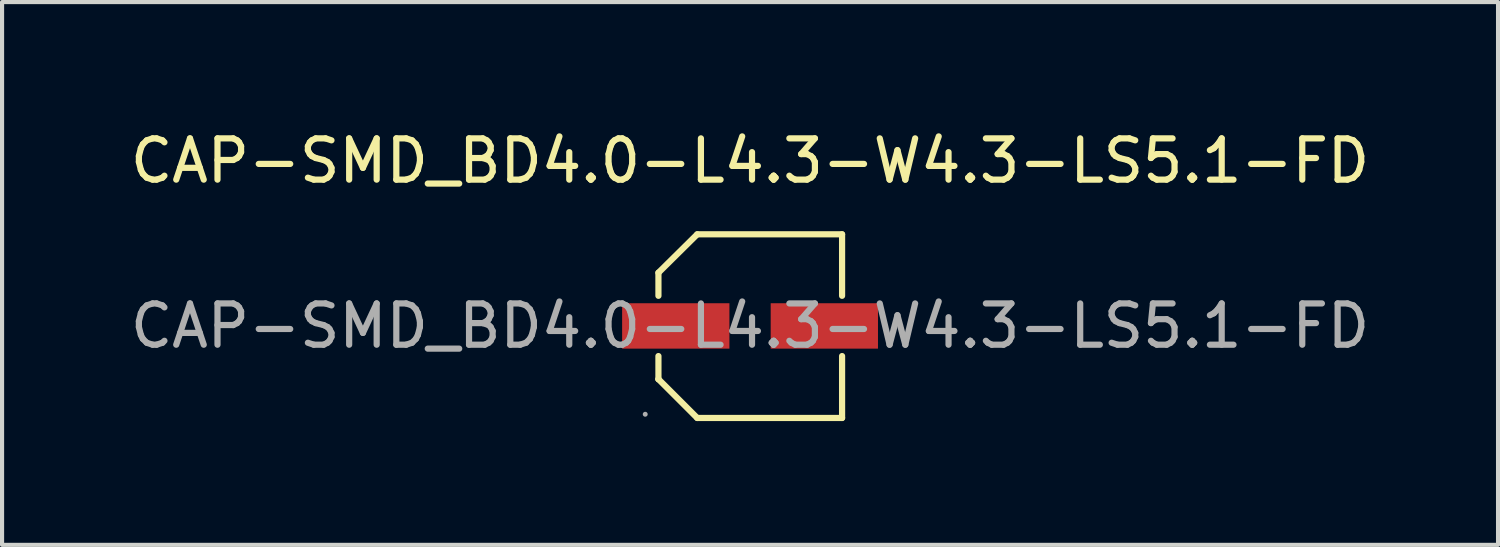
<source format=kicad_pcb>
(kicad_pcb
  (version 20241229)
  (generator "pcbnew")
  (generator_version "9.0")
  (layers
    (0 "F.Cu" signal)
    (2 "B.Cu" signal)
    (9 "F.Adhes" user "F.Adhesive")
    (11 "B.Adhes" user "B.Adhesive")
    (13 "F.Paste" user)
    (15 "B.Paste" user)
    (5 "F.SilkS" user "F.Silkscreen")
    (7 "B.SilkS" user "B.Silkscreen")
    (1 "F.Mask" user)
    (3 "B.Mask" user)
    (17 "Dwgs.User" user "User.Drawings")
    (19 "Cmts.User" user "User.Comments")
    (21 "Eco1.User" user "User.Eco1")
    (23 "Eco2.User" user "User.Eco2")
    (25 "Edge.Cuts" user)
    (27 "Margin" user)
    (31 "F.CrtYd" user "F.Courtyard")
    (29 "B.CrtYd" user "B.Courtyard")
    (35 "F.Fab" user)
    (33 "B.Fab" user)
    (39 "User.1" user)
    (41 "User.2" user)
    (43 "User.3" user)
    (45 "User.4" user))
  (footprint "CAP-SMD_BD4.0-L4.3-W4.3-LS5.1-FD"
    (layer "F.Cu")
    (at 15.125 4.848)
    (property "Reference" "CAP-SMD_BD4.0-L4.3-W4.3-LS5.1-FD" (at 0 -4 0) (layer "F.SilkS") (effects (font (size 1 1) (thickness 0.15))))
    (attr smd)
    (fp_line (start -2.22 -1.29) (end -2.22 -0.73) (stroke (width 0.15) (type solid)) (layer "F.SilkS"))
    (fp_line (start -2.22 0.73) (end -2.22 1.29) (stroke (width 0.15) (type solid)) (layer "F.SilkS"))
    (fp_line (start -2.22 1.29) (end -2.22 1.29) (stroke (width 0.15) (type solid)) (layer "F.SilkS"))
    (fp_line (start -1.28 -2.22) (end -2.22 -1.29) (stroke (width 0.15) (type solid)) (layer "F.SilkS"))
    (fp_line (start -1.28 2.23) (end -2.22 1.29) (stroke (width 0.15) (type solid)) (layer "F.SilkS"))
    (fp_line (start 2.23 -2.22) (end -1.28 -2.22) (stroke (width 0.15) (type solid)) (layer "F.SilkS"))
    (fp_line (start 2.23 -0.73) (end 2.23 -2.22) (stroke (width 0.15) (type solid)) (layer "F.SilkS"))
    (fp_line (start 2.23 2.23) (end -1.28 2.23) (stroke (width 0.15) (type solid)) (layer "F.SilkS"))
    (fp_line (start 2.23 2.23) (end 2.23 0.73) (stroke (width 0.15) (type solid)) (layer "F.SilkS"))
    (fp_circle (center -2.54 2.14) (end -2.51 2.14) (stroke (width 0.06) (type solid)) (fill no) (layer "F.Fab"))
    (fp_text user "${REFERENCE}" (at 0 0 0) (layer "F.Fab") (effects (font (size 1 1) (thickness 0.15))))
    (pad "1" smd rect (at -1.8 0) (size 2.6 1.1) (layers "F.Cu" "F.Mask" "F.Paste"))
    (pad "2" smd rect (at 1.8 0) (size 2.6 1.1) (layers "F.Cu" "F.Mask" "F.Paste")))
  (gr_rect
    (start -3 -3)
    (end 33.25 10.153)
    (stroke (width 0.1) (type default))
    (fill no)
    (layer "Edge.Cuts")))
</source>
